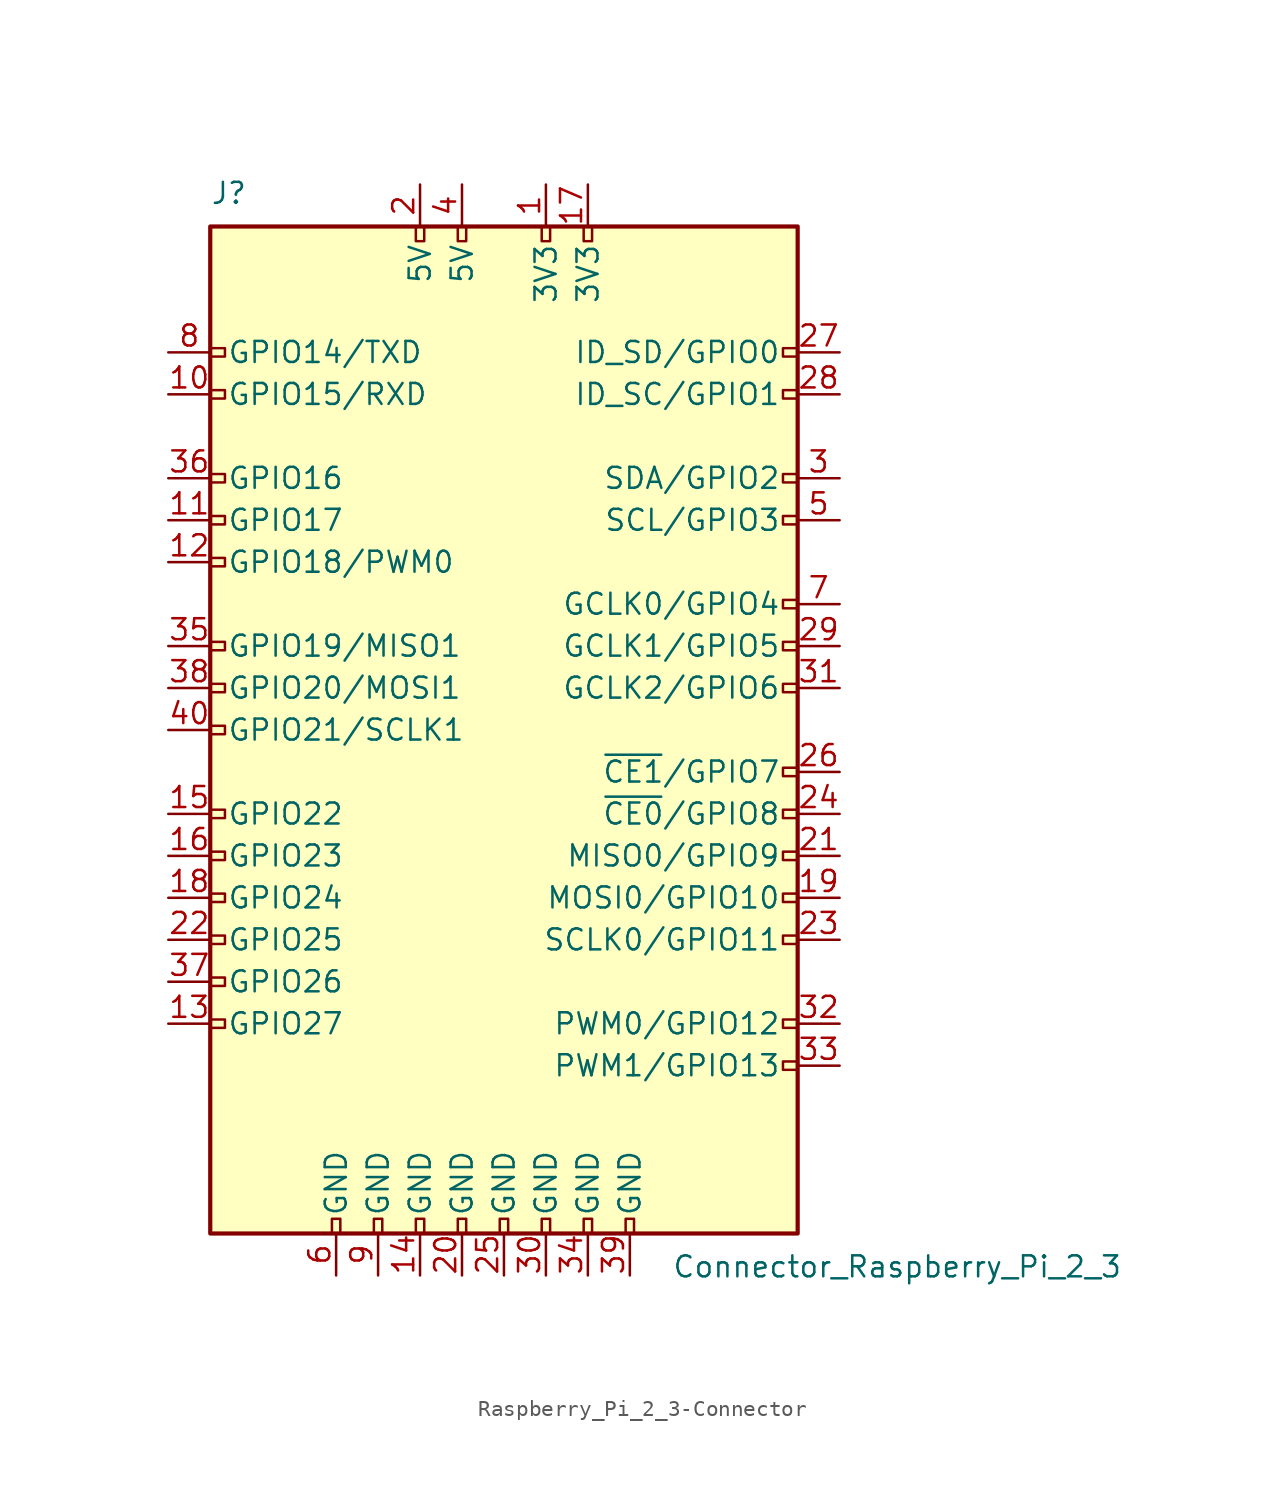
<source format=kicad_sym>
(kicad_symbol_lib
  (version 20231120)
  (generator "kicad_symbol_editor")
  (generator_version "8.0")
  (symbol "Raspberry_Pi_2_3-Connector"
    (pin_names
      (offset 1.016))
    (property "Reference" "J"
      (at -17.78 31.75 0)
      (effects (font (size 1.27 1.27)) (justify left bottom)))
    (property "Value" "Connector_Raspberry_Pi_2_3"
      (at 10.16 -31.75 0)
      (effects (font (size 1.27 1.27)) (justify left top)))
    (symbol "Raspberry_Pi_2_3-Connector_0_1"
      (rectangle (start -17.78 30.48) (end 17.78 -30.48) (stroke (width 0.254) (type solid)) (fill (type background))))
    (symbol "Raspberry_Pi_2_3-Connector_1_1"
      (rectangle (start -16.891 -17.526) (end -17.78 -18.034) (stroke (width 0) (type solid)) (fill (type none)))
      (rectangle (start -16.891 -14.986) (end -17.78 -15.494) (stroke (width 0) (type solid)) (fill (type none)))
      (rectangle (start -16.891 -12.446) (end -17.78 -12.954) (stroke (width 0) (type solid)) (fill (type none)))
      (rectangle (start -16.891 -9.906) (end -17.78 -10.414) (stroke (width 0) (type solid)) (fill (type none)))
      (rectangle (start -16.891 -7.366) (end -17.78 -7.874) (stroke (width 0) (type solid)) (fill (type none)))
      (rectangle (start -16.891 -4.826) (end -17.78 -5.334) (stroke (width 0) (type solid)) (fill (type none)))
      (rectangle (start -16.891 0.254) (end -17.78 -0.254) (stroke (width 0) (type solid)) (fill (type none)))
      (rectangle (start -16.891 2.794) (end -17.78 2.286) (stroke (width 0) (type solid)) (fill (type none)))
      (rectangle (start -16.891 5.334) (end -17.78 4.826) (stroke (width 0) (type solid)) (fill (type none)))
      (rectangle (start -16.891 10.414) (end -17.78 9.906) (stroke (width 0) (type solid)) (fill (type none)))
      (rectangle (start -16.891 12.954) (end -17.78 12.446) (stroke (width 0) (type solid)) (fill (type none)))
      (rectangle (start -16.891 15.494) (end -17.78 14.986) (stroke (width 0) (type solid)) (fill (type none)))
      (rectangle (start -16.891 20.574) (end -17.78 20.066) (stroke (width 0) (type solid)) (fill (type none)))
      (rectangle (start -16.891 23.114) (end -17.78 22.606) (stroke (width 0) (type solid)) (fill (type none)))
      (rectangle (start -10.414 -29.591) (end -9.906 -30.48) (stroke (width 0) (type solid)) (fill (type none)))
      (rectangle (start -7.874 -29.591) (end -7.366 -30.48) (stroke (width 0) (type solid)) (fill (type none)))
      (rectangle (start -5.334 -29.591) (end -4.826 -30.48) (stroke (width 0) (type solid)) (fill (type none)))
      (rectangle (start -5.334 30.48) (end -4.826 29.591) (stroke (width 0) (type solid)) (fill (type none)))
      (rectangle (start -2.794 -29.591) (end -2.286 -30.48) (stroke (width 0) (type solid)) (fill (type none)))
      (rectangle (start -2.794 30.48) (end -2.286 29.591) (stroke (width 0) (type solid)) (fill (type none)))
      (rectangle (start -0.254 -29.591) (end 0.254 -30.48) (stroke (width 0) (type solid)) (fill (type none)))
      (rectangle (start 2.286 -29.591) (end 2.794 -30.48) (stroke (width 0) (type solid)) (fill (type none)))
      (rectangle (start 2.286 30.48) (end 2.794 29.591) (stroke (width 0) (type solid)) (fill (type none)))
      (rectangle (start 4.826 -29.591) (end 5.334 -30.48) (stroke (width 0) (type solid)) (fill (type none)))
      (rectangle (start 4.826 30.48) (end 5.334 29.591) (stroke (width 0) (type solid)) (fill (type none)))
      (rectangle (start 7.366 -29.591) (end 7.874 -30.48) (stroke (width 0) (type solid)) (fill (type none)))
      (rectangle (start 17.78 -20.066) (end 16.891 -20.574) (stroke (width 0) (type solid)) (fill (type none)))
      (rectangle (start 17.78 -17.526) (end 16.891 -18.034) (stroke (width 0) (type solid)) (fill (type none)))
      (rectangle (start 17.78 -12.446) (end 16.891 -12.954) (stroke (width 0) (type solid)) (fill (type none)))
      (rectangle (start 17.78 -9.906) (end 16.891 -10.414) (stroke (width 0) (type solid)) (fill (type none)))
      (rectangle (start 17.78 -7.366) (end 16.891 -7.874) (stroke (width 0) (type solid)) (fill (type none)))
      (rectangle (start 17.78 -4.826) (end 16.891 -5.334) (stroke (width 0) (type solid)) (fill (type none)))
      (rectangle (start 17.78 -2.286) (end 16.891 -2.794) (stroke (width 0) (type solid)) (fill (type none)))
      (rectangle (start 17.78 2.794) (end 16.891 2.286) (stroke (width 0) (type solid)) (fill (type none)))
      (rectangle (start 17.78 5.334) (end 16.891 4.826) (stroke (width 0) (type solid)) (fill (type none)))
      (rectangle (start 17.78 7.874) (end 16.891 7.366) (stroke (width 0) (type solid)) (fill (type none)))
      (rectangle (start 17.78 12.954) (end 16.891 12.446) (stroke (width 0) (type solid)) (fill (type none)))
      (rectangle (start 17.78 15.494) (end 16.891 14.986) (stroke (width 0) (type solid)) (fill (type none)))
      (rectangle (start 17.78 20.574) (end 16.891 20.066) (stroke (width 0) (type solid)) (fill (type none)))
      (rectangle (start 17.78 23.114) (end 16.891 22.606) (stroke (width 0) (type solid)) (fill (type none)))
      (pin power_in line (at 2.54 33.02 270) (length 2.54) (name "3V3" (effects (font (size 1.27 1.27)))) (number "1" (effects (font (size 1.27 1.27)))))
      (pin bidirectional line (at -20.32 20.32 0) (length 2.54) (name "GPIO15/RXD" (effects (font (size 1.27 1.27)))) (number "10" (effects (font (size 1.27 1.27)))))
      (pin bidirectional line (at -20.32 12.7 0) (length 2.54) (name "GPIO17" (effects (font (size 1.27 1.27)))) (number "11" (effects (font (size 1.27 1.27)))))
      (pin bidirectional line (at -20.32 10.16 0) (length 2.54) (name "GPIO18/PWM0" (effects (font (size 1.27 1.27)))) (number "12" (effects (font (size 1.27 1.27)))))
      (pin bidirectional line (at -20.32 -17.78 0) (length 2.54) (name "GPIO27" (effects (font (size 1.27 1.27)))) (number "13" (effects (font (size 1.27 1.27)))))
      (pin power_in line (at -5.08 -33.02 90) (length 2.54) (name "GND" (effects (font (size 1.27 1.27)))) (number "14" (effects (font (size 1.27 1.27)))))
      (pin bidirectional line (at -20.32 -5.08 0) (length 2.54) (name "GPIO22" (effects (font (size 1.27 1.27)))) (number "15" (effects (font (size 1.27 1.27)))))
      (pin bidirectional line (at -20.32 -7.62 0) (length 2.54) (name "GPIO23" (effects (font (size 1.27 1.27)))) (number "16" (effects (font (size 1.27 1.27)))))
      (pin power_in line (at 5.08 33.02 270) (length 2.54) (name "3V3" (effects (font (size 1.27 1.27)))) (number "17" (effects (font (size 1.27 1.27)))))
      (pin bidirectional line (at -20.32 -10.16 0) (length 2.54) (name "GPIO24" (effects (font (size 1.27 1.27)))) (number "18" (effects (font (size 1.27 1.27)))))
      (pin bidirectional line (at 20.32 -10.16 180) (length 2.54) (name "MOSI0/GPIO10" (effects (font (size 1.27 1.27)))) (number "19" (effects (font (size 1.27 1.27)))))
      (pin power_in line (at -5.08 33.02 270) (length 2.54) (name "5V" (effects (font (size 1.27 1.27)))) (number "2" (effects (font (size 1.27 1.27)))))
      (pin power_in line (at -2.54 -33.02 90) (length 2.54) (name "GND" (effects (font (size 1.27 1.27)))) (number "20" (effects (font (size 1.27 1.27)))))
      (pin bidirectional line (at 20.32 -7.62 180) (length 2.54) (name "MISO0/GPIO9" (effects (font (size 1.27 1.27)))) (number "21" (effects (font (size 1.27 1.27)))))
      (pin bidirectional line (at -20.32 -12.7 0) (length 2.54) (name "GPIO25" (effects (font (size 1.27 1.27)))) (number "22" (effects (font (size 1.27 1.27)))))
      (pin bidirectional line (at 20.32 -12.7 180) (length 2.54) (name "SCLK0/GPIO11" (effects (font (size 1.27 1.27)))) (number "23" (effects (font (size 1.27 1.27)))))
      (pin bidirectional line (at 20.32 -5.08 180) (length 2.54) (name "~{CE0}/GPIO8" (effects (font (size 1.27 1.27)))) (number "24" (effects (font (size 1.27 1.27)))))
      (pin power_in line (at 0 -33.02 90) (length 2.54) (name "GND" (effects (font (size 1.27 1.27)))) (number "25" (effects (font (size 1.27 1.27)))))
      (pin bidirectional line (at 20.32 -2.54 180) (length 2.54) (name "~{CE1}/GPIO7" (effects (font (size 1.27 1.27)))) (number "26" (effects (font (size 1.27 1.27)))))
      (pin bidirectional line (at 20.32 22.86 180) (length 2.54) (name "ID_SD/GPIO0" (effects (font (size 1.27 1.27)))) (number "27" (effects (font (size 1.27 1.27)))))
      (pin bidirectional line (at 20.32 20.32 180) (length 2.54) (name "ID_SC/GPIO1" (effects (font (size 1.27 1.27)))) (number "28" (effects (font (size 1.27 1.27)))))
      (pin bidirectional line (at 20.32 5.08 180) (length 2.54) (name "GCLK1/GPIO5" (effects (font (size 1.27 1.27)))) (number "29" (effects (font (size 1.27 1.27)))))
      (pin bidirectional line (at 20.32 15.24 180) (length 2.54) (name "SDA/GPIO2" (effects (font (size 1.27 1.27)))) (number "3" (effects (font (size 1.27 1.27)))))
      (pin power_in line (at 2.54 -33.02 90) (length 2.54) (name "GND" (effects (font (size 1.27 1.27)))) (number "30" (effects (font (size 1.27 1.27)))))
      (pin bidirectional line (at 20.32 2.54 180) (length 2.54) (name "GCLK2/GPIO6" (effects (font (size 1.27 1.27)))) (number "31" (effects (font (size 1.27 1.27)))))
      (pin bidirectional line (at 20.32 -17.78 180) (length 2.54) (name "PWM0/GPIO12" (effects (font (size 1.27 1.27)))) (number "32" (effects (font (size 1.27 1.27)))))
      (pin bidirectional line (at 20.32 -20.32 180) (length 2.54) (name "PWM1/GPIO13" (effects (font (size 1.27 1.27)))) (number "33" (effects (font (size 1.27 1.27)))))
      (pin power_in line (at 5.08 -33.02 90) (length 2.54) (name "GND" (effects (font (size 1.27 1.27)))) (number "34" (effects (font (size 1.27 1.27)))))
      (pin bidirectional line (at -20.32 5.08 0) (length 2.54) (name "GPIO19/MISO1" (effects (font (size 1.27 1.27)))) (number "35" (effects (font (size 1.27 1.27)))))
      (pin bidirectional line (at -20.32 15.24 0) (length 2.54) (name "GPIO16" (effects (font (size 1.27 1.27)))) (number "36" (effects (font (size 1.27 1.27)))))
      (pin bidirectional line (at -20.32 -15.24 0) (length 2.54) (name "GPIO26" (effects (font (size 1.27 1.27)))) (number "37" (effects (font (size 1.27 1.27)))))
      (pin bidirectional line (at -20.32 2.54 0) (length 2.54) (name "GPIO20/MOSI1" (effects (font (size 1.27 1.27)))) (number "38" (effects (font (size 1.27 1.27)))))
      (pin power_in line (at 7.62 -33.02 90) (length 2.54) (name "GND" (effects (font (size 1.27 1.27)))) (number "39" (effects (font (size 1.27 1.27)))))
      (pin power_in line (at -2.54 33.02 270) (length 2.54) (name "5V" (effects (font (size 1.27 1.27)))) (number "4" (effects (font (size 1.27 1.27)))))
      (pin bidirectional line (at -20.32 0 0) (length 2.54) (name "GPIO21/SCLK1" (effects (font (size 1.27 1.27)))) (number "40" (effects (font (size 1.27 1.27)))))
      (pin bidirectional line (at 20.32 12.7 180) (length 2.54) (name "SCL/GPIO3" (effects (font (size 1.27 1.27)))) (number "5" (effects (font (size 1.27 1.27)))))
      (pin power_in line (at -10.16 -33.02 90) (length 2.54) (name "GND" (effects (font (size 1.27 1.27)))) (number "6" (effects (font (size 1.27 1.27)))))
      (pin bidirectional line (at 20.32 7.62 180) (length 2.54) (name "GCLK0/GPIO4" (effects (font (size 1.27 1.27)))) (number "7" (effects (font (size 1.27 1.27)))))
      (pin bidirectional line (at -20.32 22.86 0) (length 2.54) (name "GPIO14/TXD" (effects (font (size 1.27 1.27)))) (number "8" (effects (font (size 1.27 1.27)))))
      (pin power_in line (at -7.62 -33.02 90) (length 2.54) (name "GND" (effects (font (size 1.27 1.27)))) (number "9" (effects (font (size 1.27 1.27))))))))
</source>
